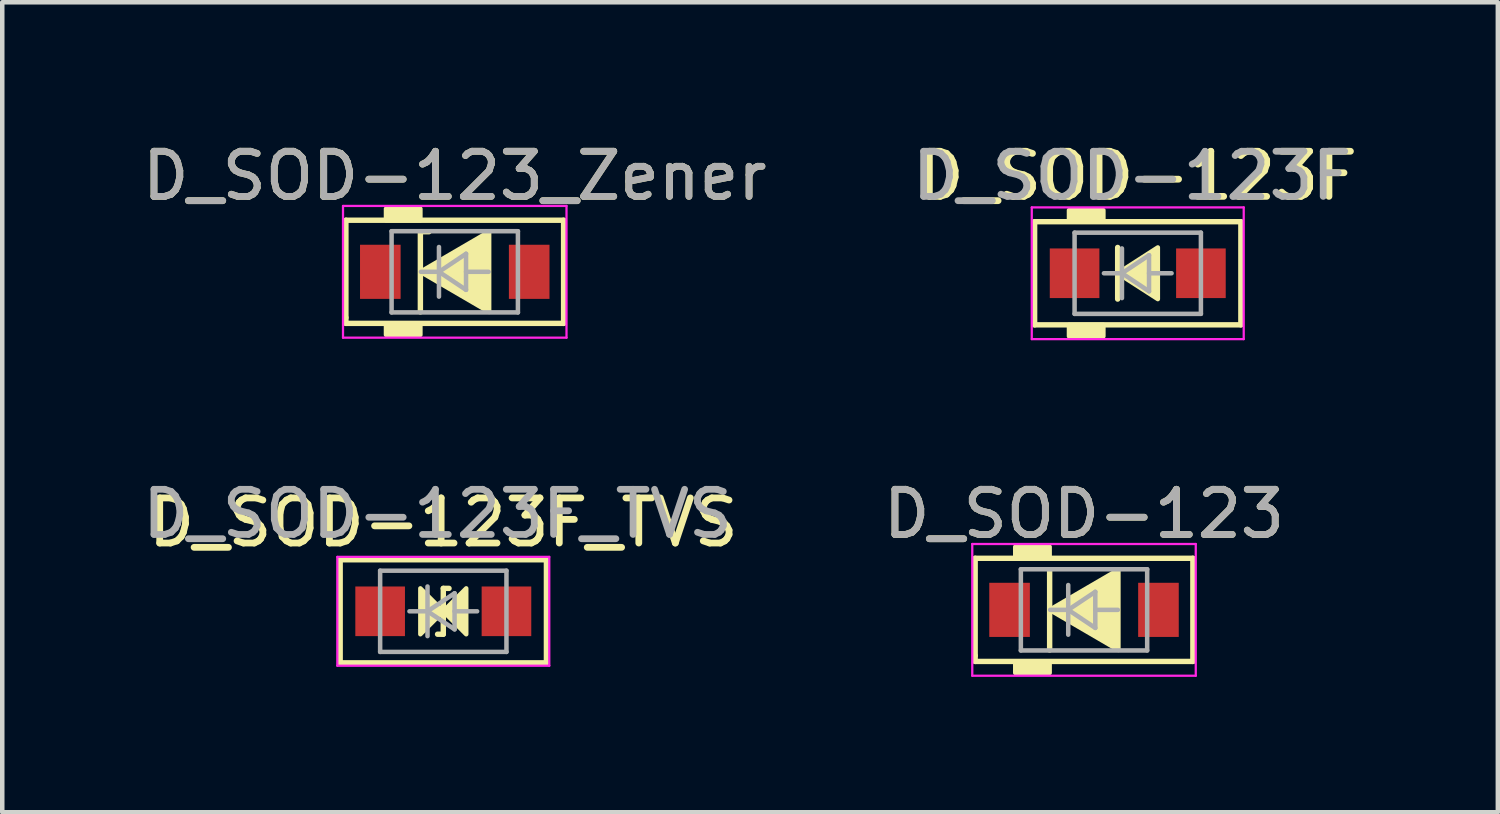
<source format=kicad_pcb>
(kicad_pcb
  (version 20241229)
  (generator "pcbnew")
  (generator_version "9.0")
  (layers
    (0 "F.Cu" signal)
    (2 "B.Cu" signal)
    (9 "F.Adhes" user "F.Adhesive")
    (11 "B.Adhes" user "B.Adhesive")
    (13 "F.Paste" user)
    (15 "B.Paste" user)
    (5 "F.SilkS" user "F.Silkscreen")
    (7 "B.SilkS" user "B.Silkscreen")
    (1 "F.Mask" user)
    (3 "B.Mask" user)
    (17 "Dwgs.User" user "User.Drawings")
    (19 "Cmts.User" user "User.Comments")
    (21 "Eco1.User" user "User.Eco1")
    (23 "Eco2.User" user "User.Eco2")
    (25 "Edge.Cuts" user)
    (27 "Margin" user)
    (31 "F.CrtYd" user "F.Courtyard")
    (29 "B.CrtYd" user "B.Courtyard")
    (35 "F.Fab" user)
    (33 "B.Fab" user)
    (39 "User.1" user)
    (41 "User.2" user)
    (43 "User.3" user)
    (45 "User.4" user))
  (footprint "D_SOD-123F"
    (layer "F.Cu")
    (at 22.169 3.007)
    (property "Reference" "D_SOD-123F" (at 0 -2.159 0) (layer "F.SilkS") (effects (font (size 1 1) (thickness 0.15))))
    (attr smd)
    (fp_line (start -2.286 -1.143) (end 2.286 -1.143) (stroke (width 0.12) (type solid)) (layer "F.SilkS"))
    (fp_line (start -2.286 1.143) (end -2.286 -1.143) (stroke (width 0.12) (type solid)) (layer "F.SilkS"))
    (fp_line (start -0.445 -0.572) (end -0.445 0.572) (stroke (width 0.12) (type solid)) (layer "F.SilkS"))
    (fp_line (start 2.286 -1.143) (end 2.286 1.143) (stroke (width 0.12) (type solid)) (layer "F.SilkS"))
    (fp_line (start 2.286 1.143) (end -2.286 1.143) (stroke (width 0.12) (type solid)) (layer "F.SilkS"))
    (fp_poly (pts (xy 0.445 0.572) (xy -0.445 0) (xy 0.445 -0.572)) (stroke (width 0.1) (type solid)) (fill yes) (layer "F.SilkS"))
    (fp_poly (pts (xy -0.762 -1.143) (xy -1.524 -1.143) (xy -1.524 -1.397) (xy -0.762 -1.397)) (stroke (width 0.1) (type solid)) (fill yes) (layer "F.SilkS"))
    (fp_poly (pts (xy -0.762 1.397) (xy -1.524 1.397) (xy -1.524 1.143) (xy -0.762 1.143)) (stroke (width 0.1) (type solid)) (fill yes) (layer "F.SilkS"))
    (fp_line (start -2.349 -1.46) (end -2.349 1.46) (stroke (width 0.05) (type solid)) (layer "F.CrtYd"))
    (fp_line (start -2.349 -1.46) (end 2.349 -1.46) (stroke (width 0.05) (type solid)) (layer "F.CrtYd"))
    (fp_line (start 2.349 -1.46) (end 2.349 1.46) (stroke (width 0.05) (type solid)) (layer "F.CrtYd"))
    (fp_line (start 2.349 1.46) (end -2.349 1.46) (stroke (width 0.05) (type solid)) (layer "F.CrtYd"))
    (fp_line (start -1.4 -0.9) (end 1.4 -0.9) (stroke (width 0.1) (type solid)) (layer "F.Fab"))
    (fp_line (start -1.4 0.9) (end -1.4 -0.9) (stroke (width 0.1) (type solid)) (layer "F.Fab"))
    (fp_line (start -0.75 0) (end -0.35 0) (stroke (width 0.1) (type solid)) (layer "F.Fab"))
    (fp_line (start -0.35 0) (end -0.35 -0.55) (stroke (width 0.1) (type solid)) (layer "F.Fab"))
    (fp_line (start -0.35 0) (end -0.35 0.55) (stroke (width 0.1) (type solid)) (layer "F.Fab"))
    (fp_line (start -0.35 0) (end 0.25 -0.4) (stroke (width 0.1) (type solid)) (layer "F.Fab"))
    (fp_line (start 0.25 -0.4) (end 0.25 0.4) (stroke (width 0.1) (type solid)) (layer "F.Fab"))
    (fp_line (start 0.25 0) (end 0.75 0) (stroke (width 0.1) (type solid)) (layer "F.Fab"))
    (fp_line (start 0.25 0.4) (end -0.35 0) (stroke (width 0.1) (type solid)) (layer "F.Fab"))
    (fp_line (start 1.4 -0.9) (end 1.4 0.9) (stroke (width 0.1) (type solid)) (layer "F.Fab"))
    (fp_line (start 1.4 0.9) (end -1.4 0.9) (stroke (width 0.1) (type solid)) (layer "F.Fab"))
    (fp_text user "${REFERENCE}" (at -0.127 -2.159 0) (layer "F.Fab") (effects (font (size 1 1) (thickness 0.15))))
    (pad "1" smd rect (at -1.4 0) (size 1.1 1.1) (layers "F.Cu" "F.Mask" "F.Paste"))
    (pad "2" smd rect (at 1.4 0) (size 1.1 1.1) (layers "F.Cu" "F.Mask" "F.Paste")))
  (footprint "D_SOD-123_Zener"
    (layer "F.Cu")
    (at 7.03 2.975)
    (property "Reference" "D_SOD-123_Zener" (at 0 -2.127 0) (layer "F.SilkS") (effects (font (size 1 1) (thickness 0.15))))
    (attr smd)
    (fp_line (start -2.413 -1.143) (end -2.413 1.016) (stroke (width 0.12) (type solid)) (layer "F.SilkS"))
    (fp_line (start -2.413 1.016) (end -2.413 1.143) (stroke (width 0.12) (type solid)) (layer "F.SilkS"))
    (fp_line (start -2.413 1.143) (end 2.413 1.143) (stroke (width 0.12) (type solid)) (layer "F.SilkS"))
    (fp_line (start -0.762 -0.889) (end -0.762 0.889) (stroke (width 0.12) (type solid)) (layer "F.SilkS"))
    (fp_line (start -0.762 -0.889) (end -0.572 -0.889) (stroke (width 0.12) (type solid)) (layer "F.SilkS"))
    (fp_line (start 2.413 -1.143) (end -2.413 -1.143) (stroke (width 0.12) (type solid)) (layer "F.SilkS"))
    (fp_line (start 2.413 1.143) (end 2.413 -1.143) (stroke (width 0.12) (type solid)) (layer "F.SilkS"))
    (fp_poly (pts (xy 0.762 0.889) (xy -0.762 0) (xy 0.762 -0.889)) (stroke (width 0.1) (type solid)) (fill yes) (layer "F.SilkS"))
    (fp_poly (pts (xy -0.762 -1.143) (xy -1.524 -1.143) (xy -1.524 -1.397) (xy -0.762 -1.397)) (stroke (width 0.1) (type solid)) (fill yes) (layer "F.SilkS"))
    (fp_poly (pts (xy -0.762 1.397) (xy -1.524 1.397) (xy -1.524 1.143) (xy -0.762 1.143)) (stroke (width 0.1) (type solid)) (fill yes) (layer "F.SilkS"))
    (fp_line (start -2.477 -1.46) (end -2.477 1.46) (stroke (width 0.05) (type solid)) (layer "F.CrtYd"))
    (fp_line (start -2.477 -1.46) (end 2.477 -1.46) (stroke (width 0.05) (type solid)) (layer "F.CrtYd"))
    (fp_line (start 2.477 -1.46) (end 2.477 1.46) (stroke (width 0.05) (type solid)) (layer "F.CrtYd"))
    (fp_line (start 2.477 1.46) (end -2.477 1.46) (stroke (width 0.05) (type solid)) (layer "F.CrtYd"))
    (fp_line (start -1.4 -0.9) (end 1.4 -0.9) (stroke (width 0.1) (type solid)) (layer "F.Fab"))
    (fp_line (start -1.4 0.9) (end -1.4 -0.9) (stroke (width 0.1) (type solid)) (layer "F.Fab"))
    (fp_line (start -0.75 0) (end -0.35 0) (stroke (width 0.1) (type solid)) (layer "F.Fab"))
    (fp_line (start -0.35 0) (end -0.35 -0.55) (stroke (width 0.1) (type solid)) (layer "F.Fab"))
    (fp_line (start -0.35 0) (end -0.35 0.55) (stroke (width 0.1) (type solid)) (layer "F.Fab"))
    (fp_line (start -0.35 0) (end 0.25 -0.4) (stroke (width 0.1) (type solid)) (layer "F.Fab"))
    (fp_line (start 0.25 -0.4) (end 0.25 0.4) (stroke (width 0.1) (type solid)) (layer "F.Fab"))
    (fp_line (start 0.25 0) (end 0.75 0) (stroke (width 0.1) (type solid)) (layer "F.Fab"))
    (fp_line (start 0.25 0.4) (end -0.35 0) (stroke (width 0.1) (type solid)) (layer "F.Fab"))
    (fp_line (start 1.4 -0.9) (end 1.4 0.9) (stroke (width 0.1) (type solid)) (layer "F.Fab"))
    (fp_line (start 1.4 0.9) (end -1.4 0.9) (stroke (width 0.1) (type solid)) (layer "F.Fab"))
    (fp_text user "${REFERENCE}" (at 0 -2.127 0) (layer "F.Fab") (effects (font (size 1 1) (thickness 0.15))))
    (pad "1" smd rect (at -1.65 0) (size 0.9 1.2) (layers "F.Cu" "F.Mask" "F.Paste"))
    (pad "2" smd rect (at 1.65 0) (size 0.9 1.2) (layers "F.Cu" "F.Mask" "F.Paste")))
  (footprint "D_SOD-123F_TVS"
    (layer "F.Cu")
    (at 6.776 10.5)
    (property "Reference" "D_SOD-123F_TVS" (at 0 -1.968 0) (layer "F.SilkS") (effects (font (size 1 1) (thickness 0.15))))
    (attr smd)
    (fp_line (start -2.286 -1.143) (end 2.286 -1.143) (stroke (width 0.12) (type solid)) (layer "F.SilkS"))
    (fp_line (start -2.286 1.143) (end -2.286 -1.143) (stroke (width 0.12) (type solid)) (layer "F.SilkS"))
    (fp_line (start -0.127 0.508) (end 0 0.508) (stroke (width 0.12) (type solid)) (layer "F.SilkS"))
    (fp_line (start 0 -0.508) (end 0 0.508) (stroke (width 0.12) (type solid)) (layer "F.SilkS"))
    (fp_line (start 0 -0.508) (end 0.127 -0.508) (stroke (width 0.12) (type solid)) (layer "F.SilkS"))
    (fp_line (start 2.286 -1.143) (end 2.286 1.143) (stroke (width 0.12) (type solid)) (layer "F.SilkS"))
    (fp_line (start 2.286 1.143) (end -2.286 1.143) (stroke (width 0.12) (type solid)) (layer "F.SilkS"))
    (fp_poly (pts (xy 0 0) (xy -0.508 0.508) (xy -0.508 -0.508)) (stroke (width 0.1) (type solid)) (fill yes) (layer "F.SilkS"))
    (fp_poly (pts (xy 0 0) (xy 0.508 -0.508) (xy 0.508 0.508)) (stroke (width 0.1) (type solid)) (fill yes) (layer "F.SilkS"))
    (fp_line (start -2.349 -1.206) (end -2.349 1.206) (stroke (width 0.05) (type solid)) (layer "F.CrtYd"))
    (fp_line (start -2.349 -1.206) (end 2.349 -1.206) (stroke (width 0.05) (type solid)) (layer "F.CrtYd"))
    (fp_line (start 2.349 -1.206) (end 2.349 1.206) (stroke (width 0.05) (type solid)) (layer "F.CrtYd"))
    (fp_line (start 2.349 1.206) (end -2.349 1.206) (stroke (width 0.05) (type solid)) (layer "F.CrtYd"))
    (fp_line (start -1.4 -0.9) (end 1.4 -0.9) (stroke (width 0.1) (type solid)) (layer "F.Fab"))
    (fp_line (start -1.4 0.9) (end -1.4 -0.9) (stroke (width 0.1) (type solid)) (layer "F.Fab"))
    (fp_line (start -0.75 0) (end -0.35 0) (stroke (width 0.1) (type solid)) (layer "F.Fab"))
    (fp_line (start -0.35 0) (end -0.35 -0.55) (stroke (width 0.1) (type solid)) (layer "F.Fab"))
    (fp_line (start -0.35 0) (end -0.35 0.55) (stroke (width 0.1) (type solid)) (layer "F.Fab"))
    (fp_line (start -0.35 0) (end 0.25 -0.4) (stroke (width 0.1) (type solid)) (layer "F.Fab"))
    (fp_line (start 0.25 -0.4) (end 0.25 0.4) (stroke (width 0.1) (type solid)) (layer "F.Fab"))
    (fp_line (start 0.25 0) (end 0.75 0) (stroke (width 0.1) (type solid)) (layer "F.Fab"))
    (fp_line (start 0.25 0.4) (end -0.35 0) (stroke (width 0.1) (type solid)) (layer "F.Fab"))
    (fp_line (start 1.4 -0.9) (end 1.4 0.9) (stroke (width 0.1) (type solid)) (layer "F.Fab"))
    (fp_line (start 1.4 0.9) (end -1.4 0.9) (stroke (width 0.1) (type solid)) (layer "F.Fab"))
    (fp_text user "${REFERENCE}" (at -0.127 -2.159 0) (layer "F.Fab") (effects (font (size 1 1) (thickness 0.15))))
    (pad "1" smd rect (at -1.4 0) (size 1.1 1.1) (layers "F.Cu" "F.Mask" "F.Paste"))
    (pad "2" smd rect (at 1.4 0) (size 1.1 1.1) (layers "F.Cu" "F.Mask" "F.Paste")))
  (footprint "D_SOD-123"
    (layer "F.Cu")
    (at 20.978 10.468)
    (property "Reference" "D_SOD-123" (at 0 -2.127 0) (layer "F.SilkS") (effects (font (size 1 1) (thickness 0.15))))
    (attr smd)
    (fp_line (start -2.413 -1.143) (end -2.413 1.016) (stroke (width 0.12) (type solid)) (layer "F.SilkS"))
    (fp_line (start -2.413 1.016) (end -2.413 1.143) (stroke (width 0.12) (type solid)) (layer "F.SilkS"))
    (fp_line (start -2.413 1.143) (end 2.413 1.143) (stroke (width 0.12) (type solid)) (layer "F.SilkS"))
    (fp_line (start -0.762 -0.889) (end -0.762 0.889) (stroke (width 0.12) (type solid)) (layer "F.SilkS"))
    (fp_line (start 2.413 -1.143) (end -2.413 -1.143) (stroke (width 0.12) (type solid)) (layer "F.SilkS"))
    (fp_line (start 2.413 1.143) (end 2.413 -1.143) (stroke (width 0.12) (type solid)) (layer "F.SilkS"))
    (fp_poly (pts (xy 0.762 0.889) (xy -0.762 0) (xy 0.762 -0.889)) (stroke (width 0.1) (type solid)) (fill yes) (layer "F.SilkS"))
    (fp_poly (pts (xy -0.762 -1.143) (xy -1.524 -1.143) (xy -1.524 -1.397) (xy -0.762 -1.397)) (stroke (width 0.1) (type solid)) (fill yes) (layer "F.SilkS"))
    (fp_poly (pts (xy -0.762 1.397) (xy -1.524 1.397) (xy -1.524 1.143) (xy -0.762 1.143)) (stroke (width 0.1) (type solid)) (fill yes) (layer "F.SilkS"))
    (fp_line (start -2.477 -1.46) (end -2.477 1.46) (stroke (width 0.05) (type solid)) (layer "F.CrtYd"))
    (fp_line (start -2.477 -1.46) (end 2.477 -1.46) (stroke (width 0.05) (type solid)) (layer "F.CrtYd"))
    (fp_line (start 2.477 -1.46) (end 2.477 1.46) (stroke (width 0.05) (type solid)) (layer "F.CrtYd"))
    (fp_line (start 2.477 1.46) (end -2.477 1.46) (stroke (width 0.05) (type solid)) (layer "F.CrtYd"))
    (fp_line (start -1.4 -0.9) (end 1.4 -0.9) (stroke (width 0.1) (type solid)) (layer "F.Fab"))
    (fp_line (start -1.4 0.9) (end -1.4 -0.9) (stroke (width 0.1) (type solid)) (layer "F.Fab"))
    (fp_line (start -0.75 0) (end -0.35 0) (stroke (width 0.1) (type solid)) (layer "F.Fab"))
    (fp_line (start -0.35 0) (end -0.35 -0.55) (stroke (width 0.1) (type solid)) (layer "F.Fab"))
    (fp_line (start -0.35 0) (end -0.35 0.55) (stroke (width 0.1) (type solid)) (layer "F.Fab"))
    (fp_line (start -0.35 0) (end 0.25 -0.4) (stroke (width 0.1) (type solid)) (layer "F.Fab"))
    (fp_line (start 0.25 -0.4) (end 0.25 0.4) (stroke (width 0.1) (type solid)) (layer "F.Fab"))
    (fp_line (start 0.25 0) (end 0.75 0) (stroke (width 0.1) (type solid)) (layer "F.Fab"))
    (fp_line (start 0.25 0.4) (end -0.35 0) (stroke (width 0.1) (type solid)) (layer "F.Fab"))
    (fp_line (start 1.4 -0.9) (end 1.4 0.9) (stroke (width 0.1) (type solid)) (layer "F.Fab"))
    (fp_line (start 1.4 0.9) (end -1.4 0.9) (stroke (width 0.1) (type solid)) (layer "F.Fab"))
    (fp_text user "${REFERENCE}" (at 0 -2.127 0) (layer "F.Fab") (effects (font (size 1 1) (thickness 0.15))))
    (pad "1" smd rect (at -1.65 0) (size 0.9 1.2) (layers "F.Cu" "F.Mask" "F.Paste"))
    (pad "2" smd rect (at 1.65 0) (size 0.9 1.2) (layers "F.Cu" "F.Mask" "F.Paste")))
  (gr_rect
    (start -3 -3)
    (end 30.151 14.954)
    (stroke (width 0.1) (type default))
    (fill no)
    (layer "Edge.Cuts")))
</source>
